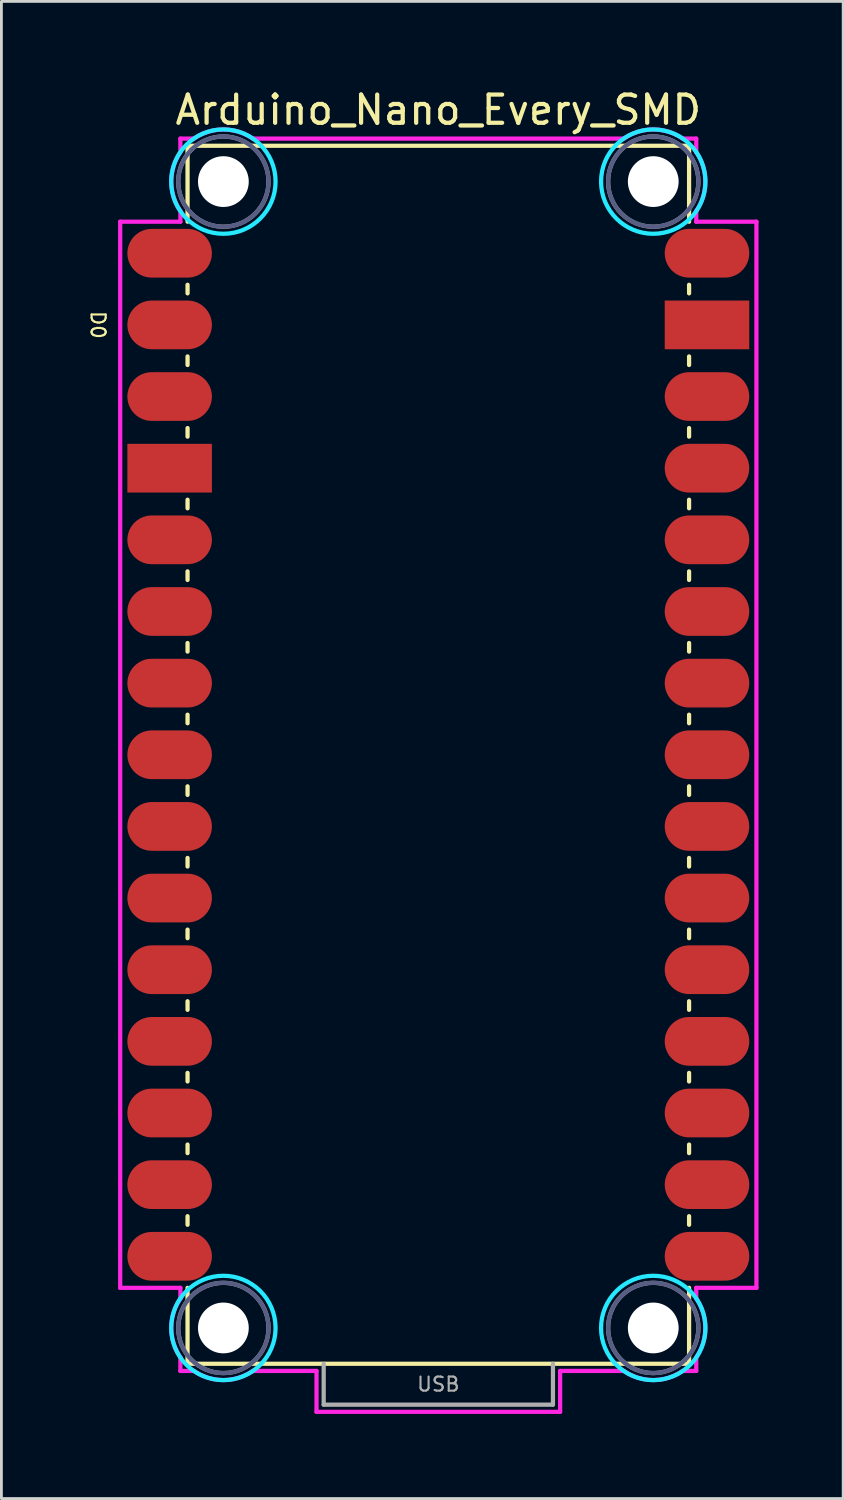
<source format=kicad_pcb>
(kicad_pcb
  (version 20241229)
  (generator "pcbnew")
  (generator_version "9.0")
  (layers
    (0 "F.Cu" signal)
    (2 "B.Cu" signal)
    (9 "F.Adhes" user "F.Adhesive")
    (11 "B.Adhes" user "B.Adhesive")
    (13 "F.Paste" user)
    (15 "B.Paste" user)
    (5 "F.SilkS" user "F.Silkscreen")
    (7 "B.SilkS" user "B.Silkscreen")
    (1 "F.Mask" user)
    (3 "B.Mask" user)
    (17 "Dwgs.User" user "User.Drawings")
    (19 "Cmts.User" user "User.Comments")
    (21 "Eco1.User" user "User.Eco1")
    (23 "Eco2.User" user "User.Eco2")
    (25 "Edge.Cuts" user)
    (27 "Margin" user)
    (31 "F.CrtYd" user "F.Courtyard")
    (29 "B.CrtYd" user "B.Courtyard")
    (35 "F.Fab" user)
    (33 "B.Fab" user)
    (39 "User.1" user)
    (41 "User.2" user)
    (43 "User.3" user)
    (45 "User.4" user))
  (footprint "Arduino_Nano_Every_SMD"
    (layer "F.Cu")
    (at 12.489 45.298)
    (property "Reference" "Arduino_Nano_Every_SMD" (at 0 -44.45 0) (layer "F.SilkS") (effects (font (size 1 1) (thickness 0.15))))
    (attr through_hole)
    (fp_line (start -8.89 -43.18) (end -8.89 -40.488) (stroke (width 0.15) (type solid)) (layer "F.SilkS"))
    (fp_line (start -8.89 -43.18) (end 8.89 -43.18) (stroke (width 0.15) (type solid)) (layer "F.SilkS"))
    (fp_line (start -8.89 -38.252) (end -8.89 -37.948) (stroke (width 0.15) (type solid)) (layer "F.SilkS"))
    (fp_line (start -8.89 -35.712) (end -8.89 -35.408) (stroke (width 0.15) (type solid)) (layer "F.SilkS"))
    (fp_line (start -8.89 -33.172) (end -8.89 -32.868) (stroke (width 0.15) (type solid)) (layer "F.SilkS"))
    (fp_line (start -8.89 -30.632) (end -8.89 -30.328) (stroke (width 0.15) (type solid)) (layer "F.SilkS"))
    (fp_line (start -8.89 -28.092) (end -8.89 -27.788) (stroke (width 0.15) (type solid)) (layer "F.SilkS"))
    (fp_line (start -8.89 -25.552) (end -8.89 -25.248) (stroke (width 0.15) (type solid)) (layer "F.SilkS"))
    (fp_line (start -8.89 -23.012) (end -8.89 -22.708) (stroke (width 0.15) (type solid)) (layer "F.SilkS"))
    (fp_line (start -8.89 -20.472) (end -8.89 -20.168) (stroke (width 0.15) (type solid)) (layer "F.SilkS"))
    (fp_line (start -8.89 -17.932) (end -8.89 -17.628) (stroke (width 0.15) (type solid)) (layer "F.SilkS"))
    (fp_line (start -8.89 -15.392) (end -8.89 -15.088) (stroke (width 0.15) (type solid)) (layer "F.SilkS"))
    (fp_line (start -8.89 -12.852) (end -8.89 -12.548) (stroke (width 0.15) (type solid)) (layer "F.SilkS"))
    (fp_line (start -8.89 -10.312) (end -8.89 -10.008) (stroke (width 0.15) (type solid)) (layer "F.SilkS"))
    (fp_line (start -8.89 -7.772) (end -8.89 -7.468) (stroke (width 0.15) (type solid)) (layer "F.SilkS"))
    (fp_line (start -8.89 -5.232) (end -8.89 -4.928) (stroke (width 0.15) (type solid)) (layer "F.SilkS"))
    (fp_line (start -8.89 -2.692) (end -8.89 0) (stroke (width 0.15) (type solid)) (layer "F.SilkS"))
    (fp_line (start -8.89 0) (end 8.89 0) (stroke (width 0.15) (type solid)) (layer "F.SilkS"))
    (fp_line (start 8.89 -43.18) (end 8.89 -40.488) (stroke (width 0.15) (type solid)) (layer "F.SilkS"))
    (fp_line (start 8.89 -38.252) (end 8.89 -37.948) (stroke (width 0.15) (type solid)) (layer "F.SilkS"))
    (fp_line (start 8.89 -35.712) (end 8.89 -35.408) (stroke (width 0.15) (type solid)) (layer "F.SilkS"))
    (fp_line (start 8.89 -33.172) (end 8.89 -32.868) (stroke (width 0.15) (type solid)) (layer "F.SilkS"))
    (fp_line (start 8.89 -30.632) (end 8.89 -30.328) (stroke (width 0.15) (type solid)) (layer "F.SilkS"))
    (fp_line (start 8.89 -28.092) (end 8.89 -27.788) (stroke (width 0.15) (type solid)) (layer "F.SilkS"))
    (fp_line (start 8.89 -25.552) (end 8.89 -25.248) (stroke (width 0.15) (type solid)) (layer "F.SilkS"))
    (fp_line (start 8.89 -23.012) (end 8.89 -22.708) (stroke (width 0.15) (type solid)) (layer "F.SilkS"))
    (fp_line (start 8.89 -20.472) (end 8.89 -20.168) (stroke (width 0.15) (type solid)) (layer "F.SilkS"))
    (fp_line (start 8.89 -17.932) (end 8.89 -17.628) (stroke (width 0.15) (type solid)) (layer "F.SilkS"))
    (fp_line (start 8.89 -15.392) (end 8.89 -15.088) (stroke (width 0.15) (type solid)) (layer "F.SilkS"))
    (fp_line (start 8.89 -12.852) (end 8.89 -12.548) (stroke (width 0.15) (type solid)) (layer "F.SilkS"))
    (fp_line (start 8.89 -10.312) (end 8.89 -10.008) (stroke (width 0.15) (type solid)) (layer "F.SilkS"))
    (fp_line (start 8.89 -7.772) (end 8.89 -7.468) (stroke (width 0.15) (type solid)) (layer "F.SilkS"))
    (fp_line (start 8.89 -5.232) (end 8.89 -4.928) (stroke (width 0.15) (type solid)) (layer "F.SilkS"))
    (fp_line (start 8.89 -2.692) (end 8.89 0) (stroke (width 0.15) (type solid)) (layer "F.SilkS"))
    (fp_circle (center -7.62 -41.91) (end -5.77 -41.91) (stroke (width 0.15) (type solid)) (fill no) (layer "B.CrtYd"))
    (fp_circle (center -7.62 -1.27) (end -5.77 -1.27) (stroke (width 0.15) (type solid)) (fill no) (layer "B.CrtYd"))
    (fp_circle (center 7.62 -41.91) (end 9.47 -41.91) (stroke (width 0.15) (type solid)) (fill no) (layer "B.CrtYd"))
    (fp_circle (center 7.62 -1.27) (end 9.47 -1.27) (stroke (width 0.15) (type solid)) (fill no) (layer "B.CrtYd"))
    (fp_line (start -11.278 -2.692) (end -11.278 -40.488) (stroke (width 0.15) (type solid)) (layer "F.CrtYd"))
    (fp_line (start -9.144 -43.434) (end -8.661 -43.434) (stroke (width 0.15) (type solid)) (layer "F.CrtYd"))
    (fp_line (start -9.144 -42.951) (end -9.144 -43.434) (stroke (width 0.15) (type solid)) (layer "F.CrtYd"))
    (fp_line (start -9.144 -40.869) (end -9.144 -40.488) (stroke (width 0.15) (type solid)) (layer "F.CrtYd"))
    (fp_line (start -9.144 -40.488) (end -11.278 -40.488) (stroke (width 0.15) (type solid)) (layer "F.CrtYd"))
    (fp_line (start -9.144 -2.692) (end -11.278 -2.692) (stroke (width 0.15) (type solid)) (layer "F.CrtYd"))
    (fp_line (start -9.144 -2.311) (end -9.144 -2.692) (stroke (width 0.15) (type solid)) (layer "F.CrtYd"))
    (fp_line (start -9.144 0.254) (end -9.144 -0.229) (stroke (width 0.15) (type solid)) (layer "F.CrtYd"))
    (fp_line (start -8.661 0.254) (end -9.144 0.254) (stroke (width 0.15) (type solid)) (layer "F.CrtYd"))
    (fp_line (start -6.579 -43.434) (end 6.579 -43.434) (stroke (width 0.15) (type solid)) (layer "F.CrtYd"))
    (fp_line (start -4.318 0.254) (end -6.579 0.254) (stroke (width 0.15) (type solid)) (layer "F.CrtYd"))
    (fp_line (start -4.318 1.704) (end -4.318 0.254) (stroke (width 0.15) (type solid)) (layer "F.CrtYd"))
    (fp_line (start 4.318 0.254) (end 4.318 1.704) (stroke (width 0.15) (type solid)) (layer "F.CrtYd"))
    (fp_line (start 4.318 1.704) (end -4.318 1.704) (stroke (width 0.15) (type solid)) (layer "F.CrtYd"))
    (fp_line (start 6.579 0.254) (end 4.318 0.254) (stroke (width 0.15) (type solid)) (layer "F.CrtYd"))
    (fp_line (start 8.661 -43.434) (end 9.144 -43.434) (stroke (width 0.15) (type solid)) (layer "F.CrtYd"))
    (fp_line (start 9.144 -43.434) (end 9.144 -42.951) (stroke (width 0.15) (type solid)) (layer "F.CrtYd"))
    (fp_line (start 9.144 -40.869) (end 9.144 -40.488) (stroke (width 0.15) (type solid)) (layer "F.CrtYd"))
    (fp_line (start 9.144 -2.692) (end 9.144 -2.311) (stroke (width 0.15) (type solid)) (layer "F.CrtYd"))
    (fp_line (start 9.144 -0.229) (end 9.144 0.254) (stroke (width 0.15) (type solid)) (layer "F.CrtYd"))
    (fp_line (start 9.144 0.254) (end 8.661 0.254) (stroke (width 0.15) (type solid)) (layer "F.CrtYd"))
    (fp_line (start 11.278 -40.488) (end 9.144 -40.488) (stroke (width 0.15) (type solid)) (layer "F.CrtYd"))
    (fp_line (start 11.278 -40.488) (end 11.278 -2.692) (stroke (width 0.15) (type solid)) (layer "F.CrtYd"))
    (fp_line (start 11.278 -2.692) (end 9.144 -2.692) (stroke (width 0.15) (type solid)) (layer "F.CrtYd"))
    (fp_arc (start -9.144 -40.8686) (mid -9.467363 -41.91) (end -9.144 -42.9514) (stroke (width 0.15) (type solid)) (layer "F.CrtYd"))
    (fp_arc (start -9.144 -0.2286) (mid -9.467363 -1.27) (end -9.144 -2.3114) (stroke (width 0.15) (type solid)) (layer "F.CrtYd"))
    (fp_arc (start -8.6614 -43.434) (mid -7.62 -43.757363) (end -6.5786 -43.434) (stroke (width 0.15) (type solid)) (layer "F.CrtYd"))
    (fp_arc (start -6.5786 0.254) (mid -7.62 0.577363) (end -8.6614 0.254) (stroke (width 0.15) (type solid)) (layer "F.CrtYd"))
    (fp_arc (start 6.5786 -43.434) (mid 7.62 -43.757363) (end 8.6614 -43.434) (stroke (width 0.15) (type solid)) (layer "F.CrtYd"))
    (fp_arc (start 8.6614 0.254) (mid 7.62 0.577363) (end 6.5786 0.254) (stroke (width 0.15) (type solid)) (layer "F.CrtYd"))
    (fp_arc (start 9.144 -42.9514) (mid 9.467363 -41.91) (end 9.144 -40.8686) (stroke (width 0.15) (type solid)) (layer "F.CrtYd"))
    (fp_arc (start 9.144 -2.3114) (mid 9.467363 -1.27) (end 9.144 -0.2286) (stroke (width 0.15) (type solid)) (layer "F.CrtYd"))
    (fp_circle (center -7.62 -41.91) (end -6.02 -41.91) (stroke (width 0.15) (type solid)) (fill no) (layer "B.Fab"))
    (fp_circle (center -7.62 -1.27) (end -6.02 -1.27) (stroke (width 0.15) (type solid)) (fill no) (layer "B.Fab"))
    (fp_circle (center 7.62 -41.91) (end 9.22 -41.91) (stroke (width 0.15) (type solid)) (fill no) (layer "B.Fab"))
    (fp_circle (center 7.62 -1.27) (end 9.22 -1.27) (stroke (width 0.15) (type solid)) (fill no) (layer "B.Fab"))
    (fp_line (start -4.064 0) (end -4.064 1.45) (stroke (width 0.15) (type solid)) (layer "F.Fab"))
    (fp_line (start -4.064 1.45) (end 4.064 1.45) (stroke (width 0.15) (type solid)) (layer "F.Fab"))
    (fp_line (start 4.064 1.45) (end 4.064 0) (stroke (width 0.15) (type solid)) (layer "F.Fab"))
    (fp_circle (center -7.62 -41.91) (end -6.02 -41.91) (stroke (width 0.15) (type solid)) (fill no) (layer "F.Fab"))
    (fp_circle (center -7.62 -1.27) (end -6.02 -1.27) (stroke (width 0.15) (type solid)) (fill no) (layer "F.Fab"))
    (fp_circle (center 7.62 -41.91) (end 9.22 -41.91) (stroke (width 0.15) (type solid)) (fill no) (layer "F.Fab"))
    (fp_circle (center 7.62 -1.27) (end 9.22 -1.27) (stroke (width 0.15) (type solid)) (fill no) (layer "F.Fab"))
    (fp_text user "D0" (at -12.065 -36.83 270) (unlocked yes) (layer "F.SilkS") (effects (font (size 0.5 0.5) (thickness 0.075))))
    (fp_text user "USB" (at 0 0.725 0) (layer "F.Fab") (effects (font (size 0.5 0.5) (thickness 0.075))))
    (pad "" np_thru_hole circle (at -7.62 -41.91) (size 1.8 1.8) (drill 1.8) (layers "*.Cu" "*.Mask"))
    (pad "" np_thru_hole circle (at -7.62 -1.27) (size 1.8 1.8) (drill 1.8) (layers "*.Cu" "*.Mask"))
    (pad "" np_thru_hole circle (at 7.62 -41.91) (size 1.8 1.8) (drill 1.8) (layers "*.Cu" "*.Mask"))
    (pad "" np_thru_hole circle (at 7.62 -1.27) (size 1.8 1.8) (drill 1.8) (layers "*.Cu" "*.Mask"))
    (pad "3V3" smd oval (at 9.525 -6.35) (size 2.997 1.727) (layers "F.Cu" "F.Mask" "F.Paste"))
    (pad "5V" smd oval (at 9.525 -31.75) (size 2.997 1.727) (layers "F.Cu" "F.Mask" "F.Paste"))
    (pad "A0" smd oval (at 9.525 -11.43) (size 2.997 1.727) (layers "F.Cu" "F.Mask" "F.Paste"))
    (pad "A1" smd oval (at 9.525 -13.97) (size 2.997 1.727) (layers "F.Cu" "F.Mask" "F.Paste"))
    (pad "A2" smd oval (at 9.525 -16.51) (size 2.997 1.727) (layers "F.Cu" "F.Mask" "F.Paste"))
    (pad "A3" smd oval (at 9.525 -19.05) (size 2.997 1.727) (layers "F.Cu" "F.Mask" "F.Paste"))
    (pad "A4" smd oval (at 9.525 -21.59) (size 2.997 1.727) (layers "F.Cu" "F.Mask" "F.Paste"))
    (pad "A5" smd oval (at 9.525 -24.13) (size 2.997 1.727) (layers "F.Cu" "F.Mask" "F.Paste"))
    (pad "A6" smd oval (at 9.525 -26.67) (size 2.997 1.727) (layers "F.Cu" "F.Mask" "F.Paste"))
    (pad "A7" smd oval (at 9.525 -29.21) (size 2.997 1.727) (layers "F.Cu" "F.Mask" "F.Paste"))
    (pad "AREF" smd oval (at 9.525 -8.89) (size 2.997 1.727) (layers "F.Cu" "F.Mask" "F.Paste"))
    (pad "D0" smd oval (at -9.525 -36.83) (size 2.997 1.727) (layers "F.Cu" "F.Mask" "F.Paste"))
    (pad "D1" smd oval (at -9.525 -39.37) (size 2.997 1.727) (layers "F.Cu" "F.Mask" "F.Paste"))
    (pad "D2" smd oval (at -9.525 -29.21) (size 2.997 1.727) (layers "F.Cu" "F.Mask" "F.Paste"))
    (pad "D3" smd oval (at -9.525 -26.67) (size 2.997 1.727) (layers "F.Cu" "F.Mask" "F.Paste"))
    (pad "D4" smd oval (at -9.525 -24.13) (size 2.997 1.727) (layers "F.Cu" "F.Mask" "F.Paste"))
    (pad "D5" smd oval (at -9.525 -21.59) (size 2.997 1.727) (layers "F.Cu" "F.Mask" "F.Paste"))
    (pad "D6" smd oval (at -9.525 -19.05) (size 2.997 1.727) (layers "F.Cu" "F.Mask" "F.Paste"))
    (pad "D7" smd oval (at -9.525 -16.51) (size 2.997 1.727) (layers "F.Cu" "F.Mask" "F.Paste"))
    (pad "D8" smd oval (at -9.525 -13.97) (size 2.997 1.727) (layers "F.Cu" "F.Mask" "F.Paste"))
    (pad "D9" smd oval (at -9.525 -11.43) (size 2.997 1.727) (layers "F.Cu" "F.Mask" "F.Paste"))
    (pad "D10" smd oval (at -9.525 -8.89) (size 2.997 1.727) (layers "F.Cu" "F.Mask" "F.Paste"))
    (pad "D11" smd oval (at -9.525 -6.35) (size 2.997 1.727) (layers "F.Cu" "F.Mask" "F.Paste"))
    (pad "D12" smd oval (at -9.525 -3.81) (size 2.997 1.727) (layers "F.Cu" "F.Mask" "F.Paste"))
    (pad "D13" smd oval (at 9.525 -3.81) (size 2.997 1.727) (layers "F.Cu" "F.Mask" "F.Paste"))
    (pad "GND1" smd rect (at -9.525 -31.75) (size 2.997 1.727) (layers "F.Cu" "F.Mask" "F.Paste"))
    (pad "GND2" smd rect (at 9.525 -36.83) (size 2.997 1.727) (layers "F.Cu" "F.Mask" "F.Paste"))
    (pad "RST1" smd oval (at -9.525 -34.29) (size 2.997 1.727) (layers "F.Cu" "F.Mask" "F.Paste"))
    (pad "RST2" smd oval (at 9.525 -34.29) (size 2.997 1.727) (layers "F.Cu" "F.Mask" "F.Paste"))
    (pad "VIN" smd oval (at 9.525 -39.37) (size 2.997 1.727) (layers "F.Cu" "F.Mask" "F.Paste")))
  (gr_rect
    (start -3 -3)
    (end 26.842 50.077)
    (stroke (width 0.1) (type default))
    (fill no)
    (layer "Edge.Cuts")))
</source>
